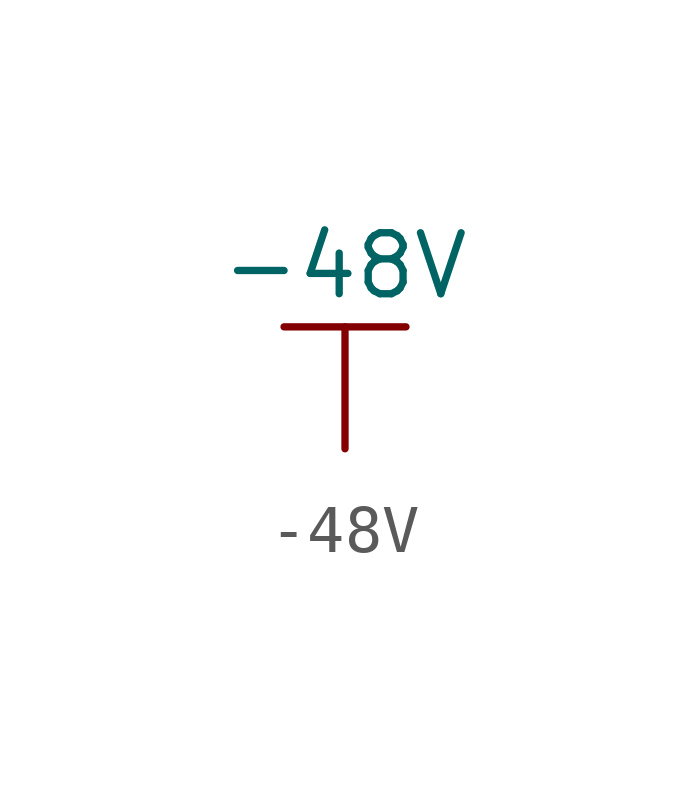
<source format=kicad_sym>
(kicad_symbol_lib
  (version 20220914)
  (generator kicad_symbol_editor)
  (symbol "-48V"
    (power)
    (pin_names
      (offset 0))
    (property "Reference" "#PWR"
      (at 0 2.54 0)
      (effects (font (size 1.27 1.27)) hide))
    (property "Value" "-48V"
      (at 0 3.81 0)
      (effects (font (size 1.27 1.27))))
    (symbol "-48V_0_0"
      (pin power_in line (at 0 0 90) (length 0) hide (name "-48V" (effects (font (size 1.27 1.27)))) (number "1" (effects (font (size 1.27 1.27))))))
    (symbol "-48V_0_1"
      (polyline (pts (xy -1.27 2.54) (xy 1.27 2.54)) (stroke (width 0) (type solid)) (fill (type none)))
      (polyline (pts (xy 0 0) (xy 0 2.54)) (stroke (width 0) (type solid)) (fill (type none))))))
</source>
